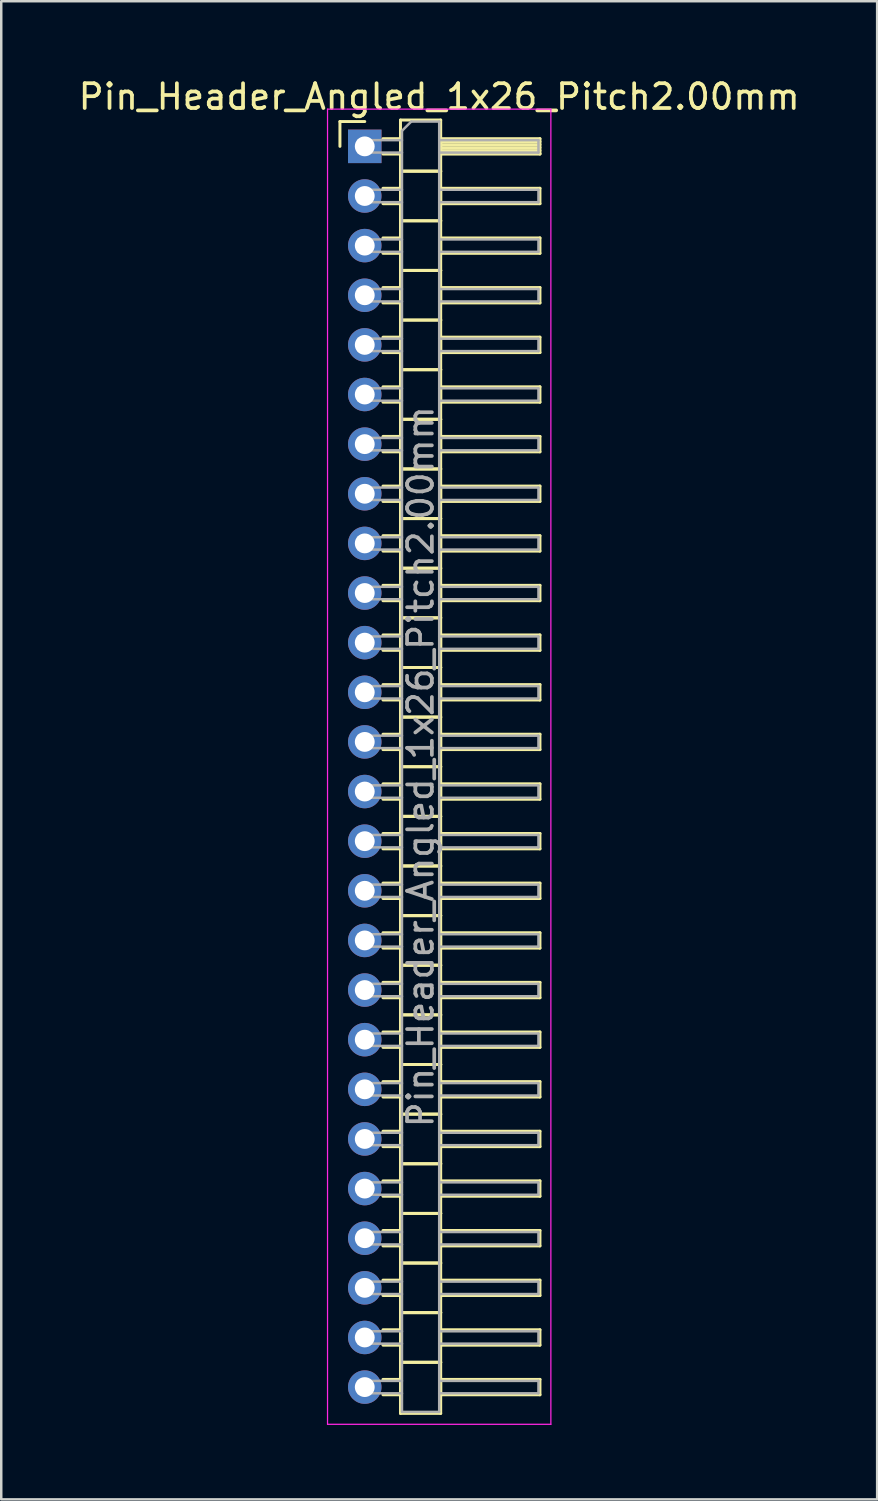
<source format=kicad_pcb>
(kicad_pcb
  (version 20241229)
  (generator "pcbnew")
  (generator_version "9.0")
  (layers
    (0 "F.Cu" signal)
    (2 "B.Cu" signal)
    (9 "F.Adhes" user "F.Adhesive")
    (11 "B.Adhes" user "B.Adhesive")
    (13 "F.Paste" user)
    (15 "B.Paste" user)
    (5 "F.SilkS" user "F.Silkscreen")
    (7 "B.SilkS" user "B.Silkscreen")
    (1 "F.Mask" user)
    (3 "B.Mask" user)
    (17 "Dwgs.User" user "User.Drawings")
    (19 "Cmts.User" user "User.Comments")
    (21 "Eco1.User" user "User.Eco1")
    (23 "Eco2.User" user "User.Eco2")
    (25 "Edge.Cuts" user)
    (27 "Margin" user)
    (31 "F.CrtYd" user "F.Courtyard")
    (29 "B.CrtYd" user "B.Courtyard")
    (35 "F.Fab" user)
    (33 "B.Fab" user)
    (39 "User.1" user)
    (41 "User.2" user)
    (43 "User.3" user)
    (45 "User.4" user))
  (footprint "Pin_Header_Angled_1x26_Pitch2.00mm"
    (layer "F.Cu")
    (at 11.649 2.848)
    (property "Reference" "Pin_Header_Angled_1x26_Pitch2.00mm" (at 3 -2 0) (layer "F.SilkS") (effects (font (size 1 1) (thickness 0.15))))
    (attr through_hole)
    (fp_line (start -1 -1) (end 0 -1) (stroke (width 0.12) (type solid)) (layer "F.SilkS"))
    (fp_line (start -1 0) (end -1 -1) (stroke (width 0.12) (type solid)) (layer "F.SilkS"))
    (fp_line (start 0.735 -0.31) (end 1.44 -0.31) (stroke (width 0.12) (type solid)) (layer "F.SilkS"))
    (fp_line (start 0.735 0.31) (end 1.44 0.31) (stroke (width 0.12) (type solid)) (layer "F.SilkS"))
    (fp_line (start 0.735 1.69) (end 1.44 1.69) (stroke (width 0.12) (type solid)) (layer "F.SilkS"))
    (fp_line (start 0.735 2.31) (end 1.44 2.31) (stroke (width 0.12) (type solid)) (layer "F.SilkS"))
    (fp_line (start 0.735 3.69) (end 1.44 3.69) (stroke (width 0.12) (type solid)) (layer "F.SilkS"))
    (fp_line (start 0.735 4.31) (end 1.44 4.31) (stroke (width 0.12) (type solid)) (layer "F.SilkS"))
    (fp_line (start 0.735 5.69) (end 1.44 5.69) (stroke (width 0.12) (type solid)) (layer "F.SilkS"))
    (fp_line (start 0.735 6.31) (end 1.44 6.31) (stroke (width 0.12) (type solid)) (layer "F.SilkS"))
    (fp_line (start 0.735 7.69) (end 1.44 7.69) (stroke (width 0.12) (type solid)) (layer "F.SilkS"))
    (fp_line (start 0.735 8.31) (end 1.44 8.31) (stroke (width 0.12) (type solid)) (layer "F.SilkS"))
    (fp_line (start 0.735 9.69) (end 1.44 9.69) (stroke (width 0.12) (type solid)) (layer "F.SilkS"))
    (fp_line (start 0.735 10.31) (end 1.44 10.31) (stroke (width 0.12) (type solid)) (layer "F.SilkS"))
    (fp_line (start 0.735 11.69) (end 1.44 11.69) (stroke (width 0.12) (type solid)) (layer "F.SilkS"))
    (fp_line (start 0.735 12.31) (end 1.44 12.31) (stroke (width 0.12) (type solid)) (layer "F.SilkS"))
    (fp_line (start 0.735 13.69) (end 1.44 13.69) (stroke (width 0.12) (type solid)) (layer "F.SilkS"))
    (fp_line (start 0.735 14.31) (end 1.44 14.31) (stroke (width 0.12) (type solid)) (layer "F.SilkS"))
    (fp_line (start 0.735 15.69) (end 1.44 15.69) (stroke (width 0.12) (type solid)) (layer "F.SilkS"))
    (fp_line (start 0.735 16.31) (end 1.44 16.31) (stroke (width 0.12) (type solid)) (layer "F.SilkS"))
    (fp_line (start 0.735 17.69) (end 1.44 17.69) (stroke (width 0.12) (type solid)) (layer "F.SilkS"))
    (fp_line (start 0.735 18.31) (end 1.44 18.31) (stroke (width 0.12) (type solid)) (layer "F.SilkS"))
    (fp_line (start 0.735 19.69) (end 1.44 19.69) (stroke (width 0.12) (type solid)) (layer "F.SilkS"))
    (fp_line (start 0.735 20.31) (end 1.44 20.31) (stroke (width 0.12) (type solid)) (layer "F.SilkS"))
    (fp_line (start 0.735 21.69) (end 1.44 21.69) (stroke (width 0.12) (type solid)) (layer "F.SilkS"))
    (fp_line (start 0.735 22.31) (end 1.44 22.31) (stroke (width 0.12) (type solid)) (layer "F.SilkS"))
    (fp_line (start 0.735 23.69) (end 1.44 23.69) (stroke (width 0.12) (type solid)) (layer "F.SilkS"))
    (fp_line (start 0.735 24.31) (end 1.44 24.31) (stroke (width 0.12) (type solid)) (layer "F.SilkS"))
    (fp_line (start 0.735 25.69) (end 1.44 25.69) (stroke (width 0.12) (type solid)) (layer "F.SilkS"))
    (fp_line (start 0.735 26.31) (end 1.44 26.31) (stroke (width 0.12) (type solid)) (layer "F.SilkS"))
    (fp_line (start 0.735 27.69) (end 1.44 27.69) (stroke (width 0.12) (type solid)) (layer "F.SilkS"))
    (fp_line (start 0.735 28.31) (end 1.44 28.31) (stroke (width 0.12) (type solid)) (layer "F.SilkS"))
    (fp_line (start 0.735 29.69) (end 1.44 29.69) (stroke (width 0.12) (type solid)) (layer "F.SilkS"))
    (fp_line (start 0.735 30.31) (end 1.44 30.31) (stroke (width 0.12) (type solid)) (layer "F.SilkS"))
    (fp_line (start 0.735 31.69) (end 1.44 31.69) (stroke (width 0.12) (type solid)) (layer "F.SilkS"))
    (fp_line (start 0.735 32.31) (end 1.44 32.31) (stroke (width 0.12) (type solid)) (layer "F.SilkS"))
    (fp_line (start 0.735 33.69) (end 1.44 33.69) (stroke (width 0.12) (type solid)) (layer "F.SilkS"))
    (fp_line (start 0.735 34.31) (end 1.44 34.31) (stroke (width 0.12) (type solid)) (layer "F.SilkS"))
    (fp_line (start 0.735 35.69) (end 1.44 35.69) (stroke (width 0.12) (type solid)) (layer "F.SilkS"))
    (fp_line (start 0.735 36.31) (end 1.44 36.31) (stroke (width 0.12) (type solid)) (layer "F.SilkS"))
    (fp_line (start 0.735 37.69) (end 1.44 37.69) (stroke (width 0.12) (type solid)) (layer "F.SilkS"))
    (fp_line (start 0.735 38.31) (end 1.44 38.31) (stroke (width 0.12) (type solid)) (layer "F.SilkS"))
    (fp_line (start 0.735 39.69) (end 1.44 39.69) (stroke (width 0.12) (type solid)) (layer "F.SilkS"))
    (fp_line (start 0.735 40.31) (end 1.44 40.31) (stroke (width 0.12) (type solid)) (layer "F.SilkS"))
    (fp_line (start 0.735 41.69) (end 1.44 41.69) (stroke (width 0.12) (type solid)) (layer "F.SilkS"))
    (fp_line (start 0.735 42.31) (end 1.44 42.31) (stroke (width 0.12) (type solid)) (layer "F.SilkS"))
    (fp_line (start 0.735 43.69) (end 1.44 43.69) (stroke (width 0.12) (type solid)) (layer "F.SilkS"))
    (fp_line (start 0.735 44.31) (end 1.44 44.31) (stroke (width 0.12) (type solid)) (layer "F.SilkS"))
    (fp_line (start 0.735 45.69) (end 1.44 45.69) (stroke (width 0.12) (type solid)) (layer "F.SilkS"))
    (fp_line (start 0.735 46.31) (end 1.44 46.31) (stroke (width 0.12) (type solid)) (layer "F.SilkS"))
    (fp_line (start 0.735 47.69) (end 1.44 47.69) (stroke (width 0.12) (type solid)) (layer "F.SilkS"))
    (fp_line (start 0.735 48.31) (end 1.44 48.31) (stroke (width 0.12) (type solid)) (layer "F.SilkS"))
    (fp_line (start 0.735 49.69) (end 1.44 49.69) (stroke (width 0.12) (type solid)) (layer "F.SilkS"))
    (fp_line (start 0.735 50.31) (end 1.44 50.31) (stroke (width 0.12) (type solid)) (layer "F.SilkS"))
    (fp_line (start 1.44 -1.06) (end 1.44 1) (stroke (width 0.12) (type solid)) (layer "F.SilkS"))
    (fp_line (start 1.44 1) (end 1.44 3) (stroke (width 0.12) (type solid)) (layer "F.SilkS"))
    (fp_line (start 1.44 1) (end 3.06 1) (stroke (width 0.12) (type solid)) (layer "F.SilkS"))
    (fp_line (start 1.44 3) (end 1.44 5) (stroke (width 0.12) (type solid)) (layer "F.SilkS"))
    (fp_line (start 1.44 3) (end 3.06 3) (stroke (width 0.12) (type solid)) (layer "F.SilkS"))
    (fp_line (start 1.44 5) (end 1.44 7) (stroke (width 0.12) (type solid)) (layer "F.SilkS"))
    (fp_line (start 1.44 5) (end 3.06 5) (stroke (width 0.12) (type solid)) (layer "F.SilkS"))
    (fp_line (start 1.44 7) (end 1.44 9) (stroke (width 0.12) (type solid)) (layer "F.SilkS"))
    (fp_line (start 1.44 7) (end 3.06 7) (stroke (width 0.12) (type solid)) (layer "F.SilkS"))
    (fp_line (start 1.44 9) (end 1.44 11) (stroke (width 0.12) (type solid)) (layer "F.SilkS"))
    (fp_line (start 1.44 9) (end 3.06 9) (stroke (width 0.12) (type solid)) (layer "F.SilkS"))
    (fp_line (start 1.44 11) (end 1.44 13) (stroke (width 0.12) (type solid)) (layer "F.SilkS"))
    (fp_line (start 1.44 11) (end 3.06 11) (stroke (width 0.12) (type solid)) (layer "F.SilkS"))
    (fp_line (start 1.44 13) (end 1.44 15) (stroke (width 0.12) (type solid)) (layer "F.SilkS"))
    (fp_line (start 1.44 13) (end 3.06 13) (stroke (width 0.12) (type solid)) (layer "F.SilkS"))
    (fp_line (start 1.44 15) (end 1.44 17) (stroke (width 0.12) (type solid)) (layer "F.SilkS"))
    (fp_line (start 1.44 15) (end 3.06 15) (stroke (width 0.12) (type solid)) (layer "F.SilkS"))
    (fp_line (start 1.44 17) (end 1.44 19) (stroke (width 0.12) (type solid)) (layer "F.SilkS"))
    (fp_line (start 1.44 17) (end 3.06 17) (stroke (width 0.12) (type solid)) (layer "F.SilkS"))
    (fp_line (start 1.44 19) (end 1.44 21) (stroke (width 0.12) (type solid)) (layer "F.SilkS"))
    (fp_line (start 1.44 19) (end 3.06 19) (stroke (width 0.12) (type solid)) (layer "F.SilkS"))
    (fp_line (start 1.44 21) (end 1.44 23) (stroke (width 0.12) (type solid)) (layer "F.SilkS"))
    (fp_line (start 1.44 21) (end 3.06 21) (stroke (width 0.12) (type solid)) (layer "F.SilkS"))
    (fp_line (start 1.44 23) (end 1.44 25) (stroke (width 0.12) (type solid)) (layer "F.SilkS"))
    (fp_line (start 1.44 23) (end 3.06 23) (stroke (width 0.12) (type solid)) (layer "F.SilkS"))
    (fp_line (start 1.44 25) (end 1.44 27) (stroke (width 0.12) (type solid)) (layer "F.SilkS"))
    (fp_line (start 1.44 25) (end 3.06 25) (stroke (width 0.12) (type solid)) (layer "F.SilkS"))
    (fp_line (start 1.44 27) (end 1.44 29) (stroke (width 0.12) (type solid)) (layer "F.SilkS"))
    (fp_line (start 1.44 27) (end 3.06 27) (stroke (width 0.12) (type solid)) (layer "F.SilkS"))
    (fp_line (start 1.44 29) (end 1.44 31) (stroke (width 0.12) (type solid)) (layer "F.SilkS"))
    (fp_line (start 1.44 29) (end 3.06 29) (stroke (width 0.12) (type solid)) (layer "F.SilkS"))
    (fp_line (start 1.44 31) (end 1.44 33) (stroke (width 0.12) (type solid)) (layer "F.SilkS"))
    (fp_line (start 1.44 31) (end 3.06 31) (stroke (width 0.12) (type solid)) (layer "F.SilkS"))
    (fp_line (start 1.44 33) (end 1.44 35) (stroke (width 0.12) (type solid)) (layer "F.SilkS"))
    (fp_line (start 1.44 33) (end 3.06 33) (stroke (width 0.12) (type solid)) (layer "F.SilkS"))
    (fp_line (start 1.44 35) (end 1.44 37) (stroke (width 0.12) (type solid)) (layer "F.SilkS"))
    (fp_line (start 1.44 35) (end 3.06 35) (stroke (width 0.12) (type solid)) (layer "F.SilkS"))
    (fp_line (start 1.44 37) (end 1.44 39) (stroke (width 0.12) (type solid)) (layer "F.SilkS"))
    (fp_line (start 1.44 37) (end 3.06 37) (stroke (width 0.12) (type solid)) (layer "F.SilkS"))
    (fp_line (start 1.44 39) (end 1.44 41) (stroke (width 0.12) (type solid)) (layer "F.SilkS"))
    (fp_line (start 1.44 39) (end 3.06 39) (stroke (width 0.12) (type solid)) (layer "F.SilkS"))
    (fp_line (start 1.44 41) (end 1.44 43) (stroke (width 0.12) (type solid)) (layer "F.SilkS"))
    (fp_line (start 1.44 41) (end 3.06 41) (stroke (width 0.12) (type solid)) (layer "F.SilkS"))
    (fp_line (start 1.44 43) (end 1.44 45) (stroke (width 0.12) (type solid)) (layer "F.SilkS"))
    (fp_line (start 1.44 43) (end 3.06 43) (stroke (width 0.12) (type solid)) (layer "F.SilkS"))
    (fp_line (start 1.44 45) (end 1.44 47) (stroke (width 0.12) (type solid)) (layer "F.SilkS"))
    (fp_line (start 1.44 45) (end 3.06 45) (stroke (width 0.12) (type solid)) (layer "F.SilkS"))
    (fp_line (start 1.44 47) (end 1.44 49) (stroke (width 0.12) (type solid)) (layer "F.SilkS"))
    (fp_line (start 1.44 47) (end 3.06 47) (stroke (width 0.12) (type solid)) (layer "F.SilkS"))
    (fp_line (start 1.44 49) (end 1.44 51.06) (stroke (width 0.12) (type solid)) (layer "F.SilkS"))
    (fp_line (start 1.44 49) (end 3.06 49) (stroke (width 0.12) (type solid)) (layer "F.SilkS"))
    (fp_line (start 1.44 51.06) (end 3.06 51.06) (stroke (width 0.12) (type solid)) (layer "F.SilkS"))
    (fp_line (start 3.06 -1.06) (end 1.44 -1.06) (stroke (width 0.12) (type solid)) (layer "F.SilkS"))
    (fp_line (start 3.06 -0.31) (end 3.06 0.31) (stroke (width 0.12) (type solid)) (layer "F.SilkS"))
    (fp_line (start 3.06 -0.19) (end 7.06 -0.19) (stroke (width 0.12) (type solid)) (layer "F.SilkS"))
    (fp_line (start 3.06 -0.07) (end 7.06 -0.07) (stroke (width 0.12) (type solid)) (layer "F.SilkS"))
    (fp_line (start 3.06 0.05) (end 7.06 0.05) (stroke (width 0.12) (type solid)) (layer "F.SilkS"))
    (fp_line (start 3.06 0.17) (end 7.06 0.17) (stroke (width 0.12) (type solid)) (layer "F.SilkS"))
    (fp_line (start 3.06 0.29) (end 7.06 0.29) (stroke (width 0.12) (type solid)) (layer "F.SilkS"))
    (fp_line (start 3.06 0.31) (end 7.06 0.31) (stroke (width 0.12) (type solid)) (layer "F.SilkS"))
    (fp_line (start 3.06 1) (end 1.44 1) (stroke (width 0.12) (type solid)) (layer "F.SilkS"))
    (fp_line (start 3.06 1) (end 3.06 -1.06) (stroke (width 0.12) (type solid)) (layer "F.SilkS"))
    (fp_line (start 3.06 1.69) (end 3.06 2.31) (stroke (width 0.12) (type solid)) (layer "F.SilkS"))
    (fp_line (start 3.06 2.31) (end 7.06 2.31) (stroke (width 0.12) (type solid)) (layer "F.SilkS"))
    (fp_line (start 3.06 3) (end 1.44 3) (stroke (width 0.12) (type solid)) (layer "F.SilkS"))
    (fp_line (start 3.06 3) (end 3.06 1) (stroke (width 0.12) (type solid)) (layer "F.SilkS"))
    (fp_line (start 3.06 3.69) (end 3.06 4.31) (stroke (width 0.12) (type solid)) (layer "F.SilkS"))
    (fp_line (start 3.06 4.31) (end 7.06 4.31) (stroke (width 0.12) (type solid)) (layer "F.SilkS"))
    (fp_line (start 3.06 5) (end 1.44 5) (stroke (width 0.12) (type solid)) (layer "F.SilkS"))
    (fp_line (start 3.06 5) (end 3.06 3) (stroke (width 0.12) (type solid)) (layer "F.SilkS"))
    (fp_line (start 3.06 5.69) (end 3.06 6.31) (stroke (width 0.12) (type solid)) (layer "F.SilkS"))
    (fp_line (start 3.06 6.31) (end 7.06 6.31) (stroke (width 0.12) (type solid)) (layer "F.SilkS"))
    (fp_line (start 3.06 7) (end 1.44 7) (stroke (width 0.12) (type solid)) (layer "F.SilkS"))
    (fp_line (start 3.06 7) (end 3.06 5) (stroke (width 0.12) (type solid)) (layer "F.SilkS"))
    (fp_line (start 3.06 7.69) (end 3.06 8.31) (stroke (width 0.12) (type solid)) (layer "F.SilkS"))
    (fp_line (start 3.06 8.31) (end 7.06 8.31) (stroke (width 0.12) (type solid)) (layer "F.SilkS"))
    (fp_line (start 3.06 9) (end 1.44 9) (stroke (width 0.12) (type solid)) (layer "F.SilkS"))
    (fp_line (start 3.06 9) (end 3.06 7) (stroke (width 0.12) (type solid)) (layer "F.SilkS"))
    (fp_line (start 3.06 9.69) (end 3.06 10.31) (stroke (width 0.12) (type solid)) (layer "F.SilkS"))
    (fp_line (start 3.06 10.31) (end 7.06 10.31) (stroke (width 0.12) (type solid)) (layer "F.SilkS"))
    (fp_line (start 3.06 11) (end 1.44 11) (stroke (width 0.12) (type solid)) (layer "F.SilkS"))
    (fp_line (start 3.06 11) (end 3.06 9) (stroke (width 0.12) (type solid)) (layer "F.SilkS"))
    (fp_line (start 3.06 11.69) (end 3.06 12.31) (stroke (width 0.12) (type solid)) (layer "F.SilkS"))
    (fp_line (start 3.06 12.31) (end 7.06 12.31) (stroke (width 0.12) (type solid)) (layer "F.SilkS"))
    (fp_line (start 3.06 13) (end 1.44 13) (stroke (width 0.12) (type solid)) (layer "F.SilkS"))
    (fp_line (start 3.06 13) (end 3.06 11) (stroke (width 0.12) (type solid)) (layer "F.SilkS"))
    (fp_line (start 3.06 13.69) (end 3.06 14.31) (stroke (width 0.12) (type solid)) (layer "F.SilkS"))
    (fp_line (start 3.06 14.31) (end 7.06 14.31) (stroke (width 0.12) (type solid)) (layer "F.SilkS"))
    (fp_line (start 3.06 15) (end 1.44 15) (stroke (width 0.12) (type solid)) (layer "F.SilkS"))
    (fp_line (start 3.06 15) (end 3.06 13) (stroke (width 0.12) (type solid)) (layer "F.SilkS"))
    (fp_line (start 3.06 15.69) (end 3.06 16.31) (stroke (width 0.12) (type solid)) (layer "F.SilkS"))
    (fp_line (start 3.06 16.31) (end 7.06 16.31) (stroke (width 0.12) (type solid)) (layer "F.SilkS"))
    (fp_line (start 3.06 17) (end 1.44 17) (stroke (width 0.12) (type solid)) (layer "F.SilkS"))
    (fp_line (start 3.06 17) (end 3.06 15) (stroke (width 0.12) (type solid)) (layer "F.SilkS"))
    (fp_line (start 3.06 17.69) (end 3.06 18.31) (stroke (width 0.12) (type solid)) (layer "F.SilkS"))
    (fp_line (start 3.06 18.31) (end 7.06 18.31) (stroke (width 0.12) (type solid)) (layer "F.SilkS"))
    (fp_line (start 3.06 19) (end 1.44 19) (stroke (width 0.12) (type solid)) (layer "F.SilkS"))
    (fp_line (start 3.06 19) (end 3.06 17) (stroke (width 0.12) (type solid)) (layer "F.SilkS"))
    (fp_line (start 3.06 19.69) (end 3.06 20.31) (stroke (width 0.12) (type solid)) (layer "F.SilkS"))
    (fp_line (start 3.06 20.31) (end 7.06 20.31) (stroke (width 0.12) (type solid)) (layer "F.SilkS"))
    (fp_line (start 3.06 21) (end 1.44 21) (stroke (width 0.12) (type solid)) (layer "F.SilkS"))
    (fp_line (start 3.06 21) (end 3.06 19) (stroke (width 0.12) (type solid)) (layer "F.SilkS"))
    (fp_line (start 3.06 21.69) (end 3.06 22.31) (stroke (width 0.12) (type solid)) (layer "F.SilkS"))
    (fp_line (start 3.06 22.31) (end 7.06 22.31) (stroke (width 0.12) (type solid)) (layer "F.SilkS"))
    (fp_line (start 3.06 23) (end 1.44 23) (stroke (width 0.12) (type solid)) (layer "F.SilkS"))
    (fp_line (start 3.06 23) (end 3.06 21) (stroke (width 0.12) (type solid)) (layer "F.SilkS"))
    (fp_line (start 3.06 23.69) (end 3.06 24.31) (stroke (width 0.12) (type solid)) (layer "F.SilkS"))
    (fp_line (start 3.06 24.31) (end 7.06 24.31) (stroke (width 0.12) (type solid)) (layer "F.SilkS"))
    (fp_line (start 3.06 25) (end 1.44 25) (stroke (width 0.12) (type solid)) (layer "F.SilkS"))
    (fp_line (start 3.06 25) (end 3.06 23) (stroke (width 0.12) (type solid)) (layer "F.SilkS"))
    (fp_line (start 3.06 25.69) (end 3.06 26.31) (stroke (width 0.12) (type solid)) (layer "F.SilkS"))
    (fp_line (start 3.06 26.31) (end 7.06 26.31) (stroke (width 0.12) (type solid)) (layer "F.SilkS"))
    (fp_line (start 3.06 27) (end 1.44 27) (stroke (width 0.12) (type solid)) (layer "F.SilkS"))
    (fp_line (start 3.06 27) (end 3.06 25) (stroke (width 0.12) (type solid)) (layer "F.SilkS"))
    (fp_line (start 3.06 27.69) (end 3.06 28.31) (stroke (width 0.12) (type solid)) (layer "F.SilkS"))
    (fp_line (start 3.06 28.31) (end 7.06 28.31) (stroke (width 0.12) (type solid)) (layer "F.SilkS"))
    (fp_line (start 3.06 29) (end 1.44 29) (stroke (width 0.12) (type solid)) (layer "F.SilkS"))
    (fp_line (start 3.06 29) (end 3.06 27) (stroke (width 0.12) (type solid)) (layer "F.SilkS"))
    (fp_line (start 3.06 29.69) (end 3.06 30.31) (stroke (width 0.12) (type solid)) (layer "F.SilkS"))
    (fp_line (start 3.06 30.31) (end 7.06 30.31) (stroke (width 0.12) (type solid)) (layer "F.SilkS"))
    (fp_line (start 3.06 31) (end 1.44 31) (stroke (width 0.12) (type solid)) (layer "F.SilkS"))
    (fp_line (start 3.06 31) (end 3.06 29) (stroke (width 0.12) (type solid)) (layer "F.SilkS"))
    (fp_line (start 3.06 31.69) (end 3.06 32.31) (stroke (width 0.12) (type solid)) (layer "F.SilkS"))
    (fp_line (start 3.06 32.31) (end 7.06 32.31) (stroke (width 0.12) (type solid)) (layer "F.SilkS"))
    (fp_line (start 3.06 33) (end 1.44 33) (stroke (width 0.12) (type solid)) (layer "F.SilkS"))
    (fp_line (start 3.06 33) (end 3.06 31) (stroke (width 0.12) (type solid)) (layer "F.SilkS"))
    (fp_line (start 3.06 33.69) (end 3.06 34.31) (stroke (width 0.12) (type solid)) (layer "F.SilkS"))
    (fp_line (start 3.06 34.31) (end 7.06 34.31) (stroke (width 0.12) (type solid)) (layer "F.SilkS"))
    (fp_line (start 3.06 35) (end 1.44 35) (stroke (width 0.12) (type solid)) (layer "F.SilkS"))
    (fp_line (start 3.06 35) (end 3.06 33) (stroke (width 0.12) (type solid)) (layer "F.SilkS"))
    (fp_line (start 3.06 35.69) (end 3.06 36.31) (stroke (width 0.12) (type solid)) (layer "F.SilkS"))
    (fp_line (start 3.06 36.31) (end 7.06 36.31) (stroke (width 0.12) (type solid)) (layer "F.SilkS"))
    (fp_line (start 3.06 37) (end 1.44 37) (stroke (width 0.12) (type solid)) (layer "F.SilkS"))
    (fp_line (start 3.06 37) (end 3.06 35) (stroke (width 0.12) (type solid)) (layer "F.SilkS"))
    (fp_line (start 3.06 37.69) (end 3.06 38.31) (stroke (width 0.12) (type solid)) (layer "F.SilkS"))
    (fp_line (start 3.06 38.31) (end 7.06 38.31) (stroke (width 0.12) (type solid)) (layer "F.SilkS"))
    (fp_line (start 3.06 39) (end 1.44 39) (stroke (width 0.12) (type solid)) (layer "F.SilkS"))
    (fp_line (start 3.06 39) (end 3.06 37) (stroke (width 0.12) (type solid)) (layer "F.SilkS"))
    (fp_line (start 3.06 39.69) (end 3.06 40.31) (stroke (width 0.12) (type solid)) (layer "F.SilkS"))
    (fp_line (start 3.06 40.31) (end 7.06 40.31) (stroke (width 0.12) (type solid)) (layer "F.SilkS"))
    (fp_line (start 3.06 41) (end 1.44 41) (stroke (width 0.12) (type solid)) (layer "F.SilkS"))
    (fp_line (start 3.06 41) (end 3.06 39) (stroke (width 0.12) (type solid)) (layer "F.SilkS"))
    (fp_line (start 3.06 41.69) (end 3.06 42.31) (stroke (width 0.12) (type solid)) (layer "F.SilkS"))
    (fp_line (start 3.06 42.31) (end 7.06 42.31) (stroke (width 0.12) (type solid)) (layer "F.SilkS"))
    (fp_line (start 3.06 43) (end 1.44 43) (stroke (width 0.12) (type solid)) (layer "F.SilkS"))
    (fp_line (start 3.06 43) (end 3.06 41) (stroke (width 0.12) (type solid)) (layer "F.SilkS"))
    (fp_line (start 3.06 43.69) (end 3.06 44.31) (stroke (width 0.12) (type solid)) (layer "F.SilkS"))
    (fp_line (start 3.06 44.31) (end 7.06 44.31) (stroke (width 0.12) (type solid)) (layer "F.SilkS"))
    (fp_line (start 3.06 45) (end 1.44 45) (stroke (width 0.12) (type solid)) (layer "F.SilkS"))
    (fp_line (start 3.06 45) (end 3.06 43) (stroke (width 0.12) (type solid)) (layer "F.SilkS"))
    (fp_line (start 3.06 45.69) (end 3.06 46.31) (stroke (width 0.12) (type solid)) (layer "F.SilkS"))
    (fp_line (start 3.06 46.31) (end 7.06 46.31) (stroke (width 0.12) (type solid)) (layer "F.SilkS"))
    (fp_line (start 3.06 47) (end 1.44 47) (stroke (width 0.12) (type solid)) (layer "F.SilkS"))
    (fp_line (start 3.06 47) (end 3.06 45) (stroke (width 0.12) (type solid)) (layer "F.SilkS"))
    (fp_line (start 3.06 47.69) (end 3.06 48.31) (stroke (width 0.12) (type solid)) (layer "F.SilkS"))
    (fp_line (start 3.06 48.31) (end 7.06 48.31) (stroke (width 0.12) (type solid)) (layer "F.SilkS"))
    (fp_line (start 3.06 49) (end 1.44 49) (stroke (width 0.12) (type solid)) (layer "F.SilkS"))
    (fp_line (start 3.06 49) (end 3.06 47) (stroke (width 0.12) (type solid)) (layer "F.SilkS"))
    (fp_line (start 3.06 49.69) (end 3.06 50.31) (stroke (width 0.12) (type solid)) (layer "F.SilkS"))
    (fp_line (start 3.06 50.31) (end 7.06 50.31) (stroke (width 0.12) (type solid)) (layer "F.SilkS"))
    (fp_line (start 3.06 51.06) (end 3.06 49) (stroke (width 0.12) (type solid)) (layer "F.SilkS"))
    (fp_line (start 7.06 -0.31) (end 3.06 -0.31) (stroke (width 0.12) (type solid)) (layer "F.SilkS"))
    (fp_line (start 7.06 0.31) (end 7.06 -0.31) (stroke (width 0.12) (type solid)) (layer "F.SilkS"))
    (fp_line (start 7.06 1.69) (end 3.06 1.69) (stroke (width 0.12) (type solid)) (layer "F.SilkS"))
    (fp_line (start 7.06 2.31) (end 7.06 1.69) (stroke (width 0.12) (type solid)) (layer "F.SilkS"))
    (fp_line (start 7.06 3.69) (end 3.06 3.69) (stroke (width 0.12) (type solid)) (layer "F.SilkS"))
    (fp_line (start 7.06 4.31) (end 7.06 3.69) (stroke (width 0.12) (type solid)) (layer "F.SilkS"))
    (fp_line (start 7.06 5.69) (end 3.06 5.69) (stroke (width 0.12) (type solid)) (layer "F.SilkS"))
    (fp_line (start 7.06 6.31) (end 7.06 5.69) (stroke (width 0.12) (type solid)) (layer "F.SilkS"))
    (fp_line (start 7.06 7.69) (end 3.06 7.69) (stroke (width 0.12) (type solid)) (layer "F.SilkS"))
    (fp_line (start 7.06 8.31) (end 7.06 7.69) (stroke (width 0.12) (type solid)) (layer "F.SilkS"))
    (fp_line (start 7.06 9.69) (end 3.06 9.69) (stroke (width 0.12) (type solid)) (layer "F.SilkS"))
    (fp_line (start 7.06 10.31) (end 7.06 9.69) (stroke (width 0.12) (type solid)) (layer "F.SilkS"))
    (fp_line (start 7.06 11.69) (end 3.06 11.69) (stroke (width 0.12) (type solid)) (layer "F.SilkS"))
    (fp_line (start 7.06 12.31) (end 7.06 11.69) (stroke (width 0.12) (type solid)) (layer "F.SilkS"))
    (fp_line (start 7.06 13.69) (end 3.06 13.69) (stroke (width 0.12) (type solid)) (layer "F.SilkS"))
    (fp_line (start 7.06 14.31) (end 7.06 13.69) (stroke (width 0.12) (type solid)) (layer "F.SilkS"))
    (fp_line (start 7.06 15.69) (end 3.06 15.69) (stroke (width 0.12) (type solid)) (layer "F.SilkS"))
    (fp_line (start 7.06 16.31) (end 7.06 15.69) (stroke (width 0.12) (type solid)) (layer "F.SilkS"))
    (fp_line (start 7.06 17.69) (end 3.06 17.69) (stroke (width 0.12) (type solid)) (layer "F.SilkS"))
    (fp_line (start 7.06 18.31) (end 7.06 17.69) (stroke (width 0.12) (type solid)) (layer "F.SilkS"))
    (fp_line (start 7.06 19.69) (end 3.06 19.69) (stroke (width 0.12) (type solid)) (layer "F.SilkS"))
    (fp_line (start 7.06 20.31) (end 7.06 19.69) (stroke (width 0.12) (type solid)) (layer "F.SilkS"))
    (fp_line (start 7.06 21.69) (end 3.06 21.69) (stroke (width 0.12) (type solid)) (layer "F.SilkS"))
    (fp_line (start 7.06 22.31) (end 7.06 21.69) (stroke (width 0.12) (type solid)) (layer "F.SilkS"))
    (fp_line (start 7.06 23.69) (end 3.06 23.69) (stroke (width 0.12) (type solid)) (layer "F.SilkS"))
    (fp_line (start 7.06 24.31) (end 7.06 23.69) (stroke (width 0.12) (type solid)) (layer "F.SilkS"))
    (fp_line (start 7.06 25.69) (end 3.06 25.69) (stroke (width 0.12) (type solid)) (layer "F.SilkS"))
    (fp_line (start 7.06 26.31) (end 7.06 25.69) (stroke (width 0.12) (type solid)) (layer "F.SilkS"))
    (fp_line (start 7.06 27.69) (end 3.06 27.69) (stroke (width 0.12) (type solid)) (layer "F.SilkS"))
    (fp_line (start 7.06 28.31) (end 7.06 27.69) (stroke (width 0.12) (type solid)) (layer "F.SilkS"))
    (fp_line (start 7.06 29.69) (end 3.06 29.69) (stroke (width 0.12) (type solid)) (layer "F.SilkS"))
    (fp_line (start 7.06 30.31) (end 7.06 29.69) (stroke (width 0.12) (type solid)) (layer "F.SilkS"))
    (fp_line (start 7.06 31.69) (end 3.06 31.69) (stroke (width 0.12) (type solid)) (layer "F.SilkS"))
    (fp_line (start 7.06 32.31) (end 7.06 31.69) (stroke (width 0.12) (type solid)) (layer "F.SilkS"))
    (fp_line (start 7.06 33.69) (end 3.06 33.69) (stroke (width 0.12) (type solid)) (layer "F.SilkS"))
    (fp_line (start 7.06 34.31) (end 7.06 33.69) (stroke (width 0.12) (type solid)) (layer "F.SilkS"))
    (fp_line (start 7.06 35.69) (end 3.06 35.69) (stroke (width 0.12) (type solid)) (layer "F.SilkS"))
    (fp_line (start 7.06 36.31) (end 7.06 35.69) (stroke (width 0.12) (type solid)) (layer "F.SilkS"))
    (fp_line (start 7.06 37.69) (end 3.06 37.69) (stroke (width 0.12) (type solid)) (layer "F.SilkS"))
    (fp_line (start 7.06 38.31) (end 7.06 37.69) (stroke (width 0.12) (type solid)) (layer "F.SilkS"))
    (fp_line (start 7.06 39.69) (end 3.06 39.69) (stroke (width 0.12) (type solid)) (layer "F.SilkS"))
    (fp_line (start 7.06 40.31) (end 7.06 39.69) (stroke (width 0.12) (type solid)) (layer "F.SilkS"))
    (fp_line (start 7.06 41.69) (end 3.06 41.69) (stroke (width 0.12) (type solid)) (layer "F.SilkS"))
    (fp_line (start 7.06 42.31) (end 7.06 41.69) (stroke (width 0.12) (type solid)) (layer "F.SilkS"))
    (fp_line (start 7.06 43.69) (end 3.06 43.69) (stroke (width 0.12) (type solid)) (layer "F.SilkS"))
    (fp_line (start 7.06 44.31) (end 7.06 43.69) (stroke (width 0.12) (type solid)) (layer "F.SilkS"))
    (fp_line (start 7.06 45.69) (end 3.06 45.69) (stroke (width 0.12) (type solid)) (layer "F.SilkS"))
    (fp_line (start 7.06 46.31) (end 7.06 45.69) (stroke (width 0.12) (type solid)) (layer "F.SilkS"))
    (fp_line (start 7.06 47.69) (end 3.06 47.69) (stroke (width 0.12) (type solid)) (layer "F.SilkS"))
    (fp_line (start 7.06 48.31) (end 7.06 47.69) (stroke (width 0.12) (type solid)) (layer "F.SilkS"))
    (fp_line (start 7.06 49.69) (end 3.06 49.69) (stroke (width 0.12) (type solid)) (layer "F.SilkS"))
    (fp_line (start 7.06 50.31) (end 7.06 49.69) (stroke (width 0.12) (type solid)) (layer "F.SilkS"))
    (fp_line (start -1.5 -1.5) (end -1.5 51.5) (stroke (width 0.05) (type solid)) (layer "F.CrtYd"))
    (fp_line (start -1.5 51.5) (end 7.5 51.5) (stroke (width 0.05) (type solid)) (layer "F.CrtYd"))
    (fp_line (start 7.5 -1.5) (end -1.5 -1.5) (stroke (width 0.05) (type solid)) (layer "F.CrtYd"))
    (fp_line (start 7.5 51.5) (end 7.5 -1.5) (stroke (width 0.05) (type solid)) (layer "F.CrtYd"))
    (fp_line (start -0.25 -0.25) (end -0.25 0.25) (stroke (width 0.1) (type solid)) (layer "F.Fab"))
    (fp_line (start -0.25 -0.25) (end 1.5 -0.25) (stroke (width 0.1) (type solid)) (layer "F.Fab"))
    (fp_line (start -0.25 0.25) (end 1.5 0.25) (stroke (width 0.1) (type solid)) (layer "F.Fab"))
    (fp_line (start -0.25 1.75) (end -0.25 2.25) (stroke (width 0.1) (type solid)) (layer "F.Fab"))
    (fp_line (start -0.25 1.75) (end 1.5 1.75) (stroke (width 0.1) (type solid)) (layer "F.Fab"))
    (fp_line (start -0.25 2.25) (end 1.5 2.25) (stroke (width 0.1) (type solid)) (layer "F.Fab"))
    (fp_line (start -0.25 3.75) (end -0.25 4.25) (stroke (width 0.1) (type solid)) (layer "F.Fab"))
    (fp_line (start -0.25 3.75) (end 1.5 3.75) (stroke (width 0.1) (type solid)) (layer "F.Fab"))
    (fp_line (start -0.25 4.25) (end 1.5 4.25) (stroke (width 0.1) (type solid)) (layer "F.Fab"))
    (fp_line (start -0.25 5.75) (end -0.25 6.25) (stroke (width 0.1) (type solid)) (layer "F.Fab"))
    (fp_line (start -0.25 5.75) (end 1.5 5.75) (stroke (width 0.1) (type solid)) (layer "F.Fab"))
    (fp_line (start -0.25 6.25) (end 1.5 6.25) (stroke (width 0.1) (type solid)) (layer "F.Fab"))
    (fp_line (start -0.25 7.75) (end -0.25 8.25) (stroke (width 0.1) (type solid)) (layer "F.Fab"))
    (fp_line (start -0.25 7.75) (end 1.5 7.75) (stroke (width 0.1) (type solid)) (layer "F.Fab"))
    (fp_line (start -0.25 8.25) (end 1.5 8.25) (stroke (width 0.1) (type solid)) (layer "F.Fab"))
    (fp_line (start -0.25 9.75) (end -0.25 10.25) (stroke (width 0.1) (type solid)) (layer "F.Fab"))
    (fp_line (start -0.25 9.75) (end 1.5 9.75) (stroke (width 0.1) (type solid)) (layer "F.Fab"))
    (fp_line (start -0.25 10.25) (end 1.5 10.25) (stroke (width 0.1) (type solid)) (layer "F.Fab"))
    (fp_line (start -0.25 11.75) (end -0.25 12.25) (stroke (width 0.1) (type solid)) (layer "F.Fab"))
    (fp_line (start -0.25 11.75) (end 1.5 11.75) (stroke (width 0.1) (type solid)) (layer "F.Fab"))
    (fp_line (start -0.25 12.25) (end 1.5 12.25) (stroke (width 0.1) (type solid)) (layer "F.Fab"))
    (fp_line (start -0.25 13.75) (end -0.25 14.25) (stroke (width 0.1) (type solid)) (layer "F.Fab"))
    (fp_line (start -0.25 13.75) (end 1.5 13.75) (stroke (width 0.1) (type solid)) (layer "F.Fab"))
    (fp_line (start -0.25 14.25) (end 1.5 14.25) (stroke (width 0.1) (type solid)) (layer "F.Fab"))
    (fp_line (start -0.25 15.75) (end -0.25 16.25) (stroke (width 0.1) (type solid)) (layer "F.Fab"))
    (fp_line (start -0.25 15.75) (end 1.5 15.75) (stroke (width 0.1) (type solid)) (layer "F.Fab"))
    (fp_line (start -0.25 16.25) (end 1.5 16.25) (stroke (width 0.1) (type solid)) (layer "F.Fab"))
    (fp_line (start -0.25 17.75) (end -0.25 18.25) (stroke (width 0.1) (type solid)) (layer "F.Fab"))
    (fp_line (start -0.25 17.75) (end 1.5 17.75) (stroke (width 0.1) (type solid)) (layer "F.Fab"))
    (fp_line (start -0.25 18.25) (end 1.5 18.25) (stroke (width 0.1) (type solid)) (layer "F.Fab"))
    (fp_line (start -0.25 19.75) (end -0.25 20.25) (stroke (width 0.1) (type solid)) (layer "F.Fab"))
    (fp_line (start -0.25 19.75) (end 1.5 19.75) (stroke (width 0.1) (type solid)) (layer "F.Fab"))
    (fp_line (start -0.25 20.25) (end 1.5 20.25) (stroke (width 0.1) (type solid)) (layer "F.Fab"))
    (fp_line (start -0.25 21.75) (end -0.25 22.25) (stroke (width 0.1) (type solid)) (layer "F.Fab"))
    (fp_line (start -0.25 21.75) (end 1.5 21.75) (stroke (width 0.1) (type solid)) (layer "F.Fab"))
    (fp_line (start -0.25 22.25) (end 1.5 22.25) (stroke (width 0.1) (type solid)) (layer "F.Fab"))
    (fp_line (start -0.25 23.75) (end -0.25 24.25) (stroke (width 0.1) (type solid)) (layer "F.Fab"))
    (fp_line (start -0.25 23.75) (end 1.5 23.75) (stroke (width 0.1) (type solid)) (layer "F.Fab"))
    (fp_line (start -0.25 24.25) (end 1.5 24.25) (stroke (width 0.1) (type solid)) (layer "F.Fab"))
    (fp_line (start -0.25 25.75) (end -0.25 26.25) (stroke (width 0.1) (type solid)) (layer "F.Fab"))
    (fp_line (start -0.25 25.75) (end 1.5 25.75) (stroke (width 0.1) (type solid)) (layer "F.Fab"))
    (fp_line (start -0.25 26.25) (end 1.5 26.25) (stroke (width 0.1) (type solid)) (layer "F.Fab"))
    (fp_line (start -0.25 27.75) (end -0.25 28.25) (stroke (width 0.1) (type solid)) (layer "F.Fab"))
    (fp_line (start -0.25 27.75) (end 1.5 27.75) (stroke (width 0.1) (type solid)) (layer "F.Fab"))
    (fp_line (start -0.25 28.25) (end 1.5 28.25) (stroke (width 0.1) (type solid)) (layer "F.Fab"))
    (fp_line (start -0.25 29.75) (end -0.25 30.25) (stroke (width 0.1) (type solid)) (layer "F.Fab"))
    (fp_line (start -0.25 29.75) (end 1.5 29.75) (stroke (width 0.1) (type solid)) (layer "F.Fab"))
    (fp_line (start -0.25 30.25) (end 1.5 30.25) (stroke (width 0.1) (type solid)) (layer "F.Fab"))
    (fp_line (start -0.25 31.75) (end -0.25 32.25) (stroke (width 0.1) (type solid)) (layer "F.Fab"))
    (fp_line (start -0.25 31.75) (end 1.5 31.75) (stroke (width 0.1) (type solid)) (layer "F.Fab"))
    (fp_line (start -0.25 32.25) (end 1.5 32.25) (stroke (width 0.1) (type solid)) (layer "F.Fab"))
    (fp_line (start -0.25 33.75) (end -0.25 34.25) (stroke (width 0.1) (type solid)) (layer "F.Fab"))
    (fp_line (start -0.25 33.75) (end 1.5 33.75) (stroke (width 0.1) (type solid)) (layer "F.Fab"))
    (fp_line (start -0.25 34.25) (end 1.5 34.25) (stroke (width 0.1) (type solid)) (layer "F.Fab"))
    (fp_line (start -0.25 35.75) (end -0.25 36.25) (stroke (width 0.1) (type solid)) (layer "F.Fab"))
    (fp_line (start -0.25 35.75) (end 1.5 35.75) (stroke (width 0.1) (type solid)) (layer "F.Fab"))
    (fp_line (start -0.25 36.25) (end 1.5 36.25) (stroke (width 0.1) (type solid)) (layer "F.Fab"))
    (fp_line (start -0.25 37.75) (end -0.25 38.25) (stroke (width 0.1) (type solid)) (layer "F.Fab"))
    (fp_line (start -0.25 37.75) (end 1.5 37.75) (stroke (width 0.1) (type solid)) (layer "F.Fab"))
    (fp_line (start -0.25 38.25) (end 1.5 38.25) (stroke (width 0.1) (type solid)) (layer "F.Fab"))
    (fp_line (start -0.25 39.75) (end -0.25 40.25) (stroke (width 0.1) (type solid)) (layer "F.Fab"))
    (fp_line (start -0.25 39.75) (end 1.5 39.75) (stroke (width 0.1) (type solid)) (layer "F.Fab"))
    (fp_line (start -0.25 40.25) (end 1.5 40.25) (stroke (width 0.1) (type solid)) (layer "F.Fab"))
    (fp_line (start -0.25 41.75) (end -0.25 42.25) (stroke (width 0.1) (type solid)) (layer "F.Fab"))
    (fp_line (start -0.25 41.75) (end 1.5 41.75) (stroke (width 0.1) (type solid)) (layer "F.Fab"))
    (fp_line (start -0.25 42.25) (end 1.5 42.25) (stroke (width 0.1) (type solid)) (layer "F.Fab"))
    (fp_line (start -0.25 43.75) (end -0.25 44.25) (stroke (width 0.1) (type solid)) (layer "F.Fab"))
    (fp_line (start -0.25 43.75) (end 1.5 43.75) (stroke (width 0.1) (type solid)) (layer "F.Fab"))
    (fp_line (start -0.25 44.25) (end 1.5 44.25) (stroke (width 0.1) (type solid)) (layer "F.Fab"))
    (fp_line (start -0.25 45.75) (end -0.25 46.25) (stroke (width 0.1) (type solid)) (layer "F.Fab"))
    (fp_line (start -0.25 45.75) (end 1.5 45.75) (stroke (width 0.1) (type solid)) (layer "F.Fab"))
    (fp_line (start -0.25 46.25) (end 1.5 46.25) (stroke (width 0.1) (type solid)) (layer "F.Fab"))
    (fp_line (start -0.25 47.75) (end -0.25 48.25) (stroke (width 0.1) (type solid)) (layer "F.Fab"))
    (fp_line (start -0.25 47.75) (end 1.5 47.75) (stroke (width 0.1) (type solid)) (layer "F.Fab"))
    (fp_line (start -0.25 48.25) (end 1.5 48.25) (stroke (width 0.1) (type solid)) (layer "F.Fab"))
    (fp_line (start -0.25 49.75) (end -0.25 50.25) (stroke (width 0.1) (type solid)) (layer "F.Fab"))
    (fp_line (start -0.25 49.75) (end 1.5 49.75) (stroke (width 0.1) (type solid)) (layer "F.Fab"))
    (fp_line (start -0.25 50.25) (end 1.5 50.25) (stroke (width 0.1) (type solid)) (layer "F.Fab"))
    (fp_line (start 1.5 -0.625) (end 1.875 -1) (stroke (width 0.1) (type solid)) (layer "F.Fab"))
    (fp_line (start 1.5 51) (end 1.5 -0.625) (stroke (width 0.1) (type solid)) (layer "F.Fab"))
    (fp_line (start 1.875 -1) (end 3 -1) (stroke (width 0.1) (type solid)) (layer "F.Fab"))
    (fp_line (start 3 -1) (end 3 51) (stroke (width 0.1) (type solid)) (layer "F.Fab"))
    (fp_line (start 3 -0.25) (end 7 -0.25) (stroke (width 0.1) (type solid)) (layer "F.Fab"))
    (fp_line (start 3 0.25) (end 7 0.25) (stroke (width 0.1) (type solid)) (layer "F.Fab"))
    (fp_line (start 3 1.75) (end 7 1.75) (stroke (width 0.1) (type solid)) (layer "F.Fab"))
    (fp_line (start 3 2.25) (end 7 2.25) (stroke (width 0.1) (type solid)) (layer "F.Fab"))
    (fp_line (start 3 3.75) (end 7 3.75) (stroke (width 0.1) (type solid)) (layer "F.Fab"))
    (fp_line (start 3 4.25) (end 7 4.25) (stroke (width 0.1) (type solid)) (layer "F.Fab"))
    (fp_line (start 3 5.75) (end 7 5.75) (stroke (width 0.1) (type solid)) (layer "F.Fab"))
    (fp_line (start 3 6.25) (end 7 6.25) (stroke (width 0.1) (type solid)) (layer "F.Fab"))
    (fp_line (start 3 7.75) (end 7 7.75) (stroke (width 0.1) (type solid)) (layer "F.Fab"))
    (fp_line (start 3 8.25) (end 7 8.25) (stroke (width 0.1) (type solid)) (layer "F.Fab"))
    (fp_line (start 3 9.75) (end 7 9.75) (stroke (width 0.1) (type solid)) (layer "F.Fab"))
    (fp_line (start 3 10.25) (end 7 10.25) (stroke (width 0.1) (type solid)) (layer "F.Fab"))
    (fp_line (start 3 11.75) (end 7 11.75) (stroke (width 0.1) (type solid)) (layer "F.Fab"))
    (fp_line (start 3 12.25) (end 7 12.25) (stroke (width 0.1) (type solid)) (layer "F.Fab"))
    (fp_line (start 3 13.75) (end 7 13.75) (stroke (width 0.1) (type solid)) (layer "F.Fab"))
    (fp_line (start 3 14.25) (end 7 14.25) (stroke (width 0.1) (type solid)) (layer "F.Fab"))
    (fp_line (start 3 15.75) (end 7 15.75) (stroke (width 0.1) (type solid)) (layer "F.Fab"))
    (fp_line (start 3 16.25) (end 7 16.25) (stroke (width 0.1) (type solid)) (layer "F.Fab"))
    (fp_line (start 3 17.75) (end 7 17.75) (stroke (width 0.1) (type solid)) (layer "F.Fab"))
    (fp_line (start 3 18.25) (end 7 18.25) (stroke (width 0.1) (type solid)) (layer "F.Fab"))
    (fp_line (start 3 19.75) (end 7 19.75) (stroke (width 0.1) (type solid)) (layer "F.Fab"))
    (fp_line (start 3 20.25) (end 7 20.25) (stroke (width 0.1) (type solid)) (layer "F.Fab"))
    (fp_line (start 3 21.75) (end 7 21.75) (stroke (width 0.1) (type solid)) (layer "F.Fab"))
    (fp_line (start 3 22.25) (end 7 22.25) (stroke (width 0.1) (type solid)) (layer "F.Fab"))
    (fp_line (start 3 23.75) (end 7 23.75) (stroke (width 0.1) (type solid)) (layer "F.Fab"))
    (fp_line (start 3 24.25) (end 7 24.25) (stroke (width 0.1) (type solid)) (layer "F.Fab"))
    (fp_line (start 3 25.75) (end 7 25.75) (stroke (width 0.1) (type solid)) (layer "F.Fab"))
    (fp_line (start 3 26.25) (end 7 26.25) (stroke (width 0.1) (type solid)) (layer "F.Fab"))
    (fp_line (start 3 27.75) (end 7 27.75) (stroke (width 0.1) (type solid)) (layer "F.Fab"))
    (fp_line (start 3 28.25) (end 7 28.25) (stroke (width 0.1) (type solid)) (layer "F.Fab"))
    (fp_line (start 3 29.75) (end 7 29.75) (stroke (width 0.1) (type solid)) (layer "F.Fab"))
    (fp_line (start 3 30.25) (end 7 30.25) (stroke (width 0.1) (type solid)) (layer "F.Fab"))
    (fp_line (start 3 31.75) (end 7 31.75) (stroke (width 0.1) (type solid)) (layer "F.Fab"))
    (fp_line (start 3 32.25) (end 7 32.25) (stroke (width 0.1) (type solid)) (layer "F.Fab"))
    (fp_line (start 3 33.75) (end 7 33.75) (stroke (width 0.1) (type solid)) (layer "F.Fab"))
    (fp_line (start 3 34.25) (end 7 34.25) (stroke (width 0.1) (type solid)) (layer "F.Fab"))
    (fp_line (start 3 35.75) (end 7 35.75) (stroke (width 0.1) (type solid)) (layer "F.Fab"))
    (fp_line (start 3 36.25) (end 7 36.25) (stroke (width 0.1) (type solid)) (layer "F.Fab"))
    (fp_line (start 3 37.75) (end 7 37.75) (stroke (width 0.1) (type solid)) (layer "F.Fab"))
    (fp_line (start 3 38.25) (end 7 38.25) (stroke (width 0.1) (type solid)) (layer "F.Fab"))
    (fp_line (start 3 39.75) (end 7 39.75) (stroke (width 0.1) (type solid)) (layer "F.Fab"))
    (fp_line (start 3 40.25) (end 7 40.25) (stroke (width 0.1) (type solid)) (layer "F.Fab"))
    (fp_line (start 3 41.75) (end 7 41.75) (stroke (width 0.1) (type solid)) (layer "F.Fab"))
    (fp_line (start 3 42.25) (end 7 42.25) (stroke (width 0.1) (type solid)) (layer "F.Fab"))
    (fp_line (start 3 43.75) (end 7 43.75) (stroke (width 0.1) (type solid)) (layer "F.Fab"))
    (fp_line (start 3 44.25) (end 7 44.25) (stroke (width 0.1) (type solid)) (layer "F.Fab"))
    (fp_line (start 3 45.75) (end 7 45.75) (stroke (width 0.1) (type solid)) (layer "F.Fab"))
    (fp_line (start 3 46.25) (end 7 46.25) (stroke (width 0.1) (type solid)) (layer "F.Fab"))
    (fp_line (start 3 47.75) (end 7 47.75) (stroke (width 0.1) (type solid)) (layer "F.Fab"))
    (fp_line (start 3 48.25) (end 7 48.25) (stroke (width 0.1) (type solid)) (layer "F.Fab"))
    (fp_line (start 3 49.75) (end 7 49.75) (stroke (width 0.1) (type solid)) (layer "F.Fab"))
    (fp_line (start 3 50.25) (end 7 50.25) (stroke (width 0.1) (type solid)) (layer "F.Fab"))
    (fp_line (start 3 51) (end 1.5 51) (stroke (width 0.1) (type solid)) (layer "F.Fab"))
    (fp_line (start 7 -0.25) (end 7 0.25) (stroke (width 0.1) (type solid)) (layer "F.Fab"))
    (fp_line (start 7 1.75) (end 7 2.25) (stroke (width 0.1) (type solid)) (layer "F.Fab"))
    (fp_line (start 7 3.75) (end 7 4.25) (stroke (width 0.1) (type solid)) (layer "F.Fab"))
    (fp_line (start 7 5.75) (end 7 6.25) (stroke (width 0.1) (type solid)) (layer "F.Fab"))
    (fp_line (start 7 7.75) (end 7 8.25) (stroke (width 0.1) (type solid)) (layer "F.Fab"))
    (fp_line (start 7 9.75) (end 7 10.25) (stroke (width 0.1) (type solid)) (layer "F.Fab"))
    (fp_line (start 7 11.75) (end 7 12.25) (stroke (width 0.1) (type solid)) (layer "F.Fab"))
    (fp_line (start 7 13.75) (end 7 14.25) (stroke (width 0.1) (type solid)) (layer "F.Fab"))
    (fp_line (start 7 15.75) (end 7 16.25) (stroke (width 0.1) (type solid)) (layer "F.Fab"))
    (fp_line (start 7 17.75) (end 7 18.25) (stroke (width 0.1) (type solid)) (layer "F.Fab"))
    (fp_line (start 7 19.75) (end 7 20.25) (stroke (width 0.1) (type solid)) (layer "F.Fab"))
    (fp_line (start 7 21.75) (end 7 22.25) (stroke (width 0.1) (type solid)) (layer "F.Fab"))
    (fp_line (start 7 23.75) (end 7 24.25) (stroke (width 0.1) (type solid)) (layer "F.Fab"))
    (fp_line (start 7 25.75) (end 7 26.25) (stroke (width 0.1) (type solid)) (layer "F.Fab"))
    (fp_line (start 7 27.75) (end 7 28.25) (stroke (width 0.1) (type solid)) (layer "F.Fab"))
    (fp_line (start 7 29.75) (end 7 30.25) (stroke (width 0.1) (type solid)) (layer "F.Fab"))
    (fp_line (start 7 31.75) (end 7 32.25) (stroke (width 0.1) (type solid)) (layer "F.Fab"))
    (fp_line (start 7 33.75) (end 7 34.25) (stroke (width 0.1) (type solid)) (layer "F.Fab"))
    (fp_line (start 7 35.75) (end 7 36.25) (stroke (width 0.1) (type solid)) (layer "F.Fab"))
    (fp_line (start 7 37.75) (end 7 38.25) (stroke (width 0.1) (type solid)) (layer "F.Fab"))
    (fp_line (start 7 39.75) (end 7 40.25) (stroke (width 0.1) (type solid)) (layer "F.Fab"))
    (fp_line (start 7 41.75) (end 7 42.25) (stroke (width 0.1) (type solid)) (layer "F.Fab"))
    (fp_line (start 7 43.75) (end 7 44.25) (stroke (width 0.1) (type solid)) (layer "F.Fab"))
    (fp_line (start 7 45.75) (end 7 46.25) (stroke (width 0.1) (type solid)) (layer "F.Fab"))
    (fp_line (start 7 47.75) (end 7 48.25) (stroke (width 0.1) (type solid)) (layer "F.Fab"))
    (fp_line (start 7 49.75) (end 7 50.25) (stroke (width 0.1) (type solid)) (layer "F.Fab"))
    (fp_text user "${REFERENCE}" (at 2.25 25 90) (layer "F.Fab") (effects (font (size 1 1) (thickness 0.15))))
    (pad "1" thru_hole rect (at 0 0) (size 1.35 1.35) (drill 0.8) (layers "*.Cu" "*.Mask"))
    (pad "2" thru_hole oval (at 0 2) (size 1.35 1.35) (drill 0.8) (layers "*.Cu" "*.Mask"))
    (pad "3" thru_hole oval (at 0 4) (size 1.35 1.35) (drill 0.8) (layers "*.Cu" "*.Mask"))
    (pad "4" thru_hole oval (at 0 6) (size 1.35 1.35) (drill 0.8) (layers "*.Cu" "*.Mask"))
    (pad "5" thru_hole oval (at 0 8) (size 1.35 1.35) (drill 0.8) (layers "*.Cu" "*.Mask"))
    (pad "6" thru_hole oval (at 0 10) (size 1.35 1.35) (drill 0.8) (layers "*.Cu" "*.Mask"))
    (pad "7" thru_hole oval (at 0 12) (size 1.35 1.35) (drill 0.8) (layers "*.Cu" "*.Mask"))
    (pad "8" thru_hole oval (at 0 14) (size 1.35 1.35) (drill 0.8) (layers "*.Cu" "*.Mask"))
    (pad "9" thru_hole oval (at 0 16) (size 1.35 1.35) (drill 0.8) (layers "*.Cu" "*.Mask"))
    (pad "10" thru_hole oval (at 0 18) (size 1.35 1.35) (drill 0.8) (layers "*.Cu" "*.Mask"))
    (pad "11" thru_hole oval (at 0 20) (size 1.35 1.35) (drill 0.8) (layers "*.Cu" "*.Mask"))
    (pad "12" thru_hole oval (at 0 22) (size 1.35 1.35) (drill 0.8) (layers "*.Cu" "*.Mask"))
    (pad "13" thru_hole oval (at 0 24) (size 1.35 1.35) (drill 0.8) (layers "*.Cu" "*.Mask"))
    (pad "14" thru_hole oval (at 0 26) (size 1.35 1.35) (drill 0.8) (layers "*.Cu" "*.Mask"))
    (pad "15" thru_hole oval (at 0 28) (size 1.35 1.35) (drill 0.8) (layers "*.Cu" "*.Mask"))
    (pad "16" thru_hole oval (at 0 30) (size 1.35 1.35) (drill 0.8) (layers "*.Cu" "*.Mask"))
    (pad "17" thru_hole oval (at 0 32) (size 1.35 1.35) (drill 0.8) (layers "*.Cu" "*.Mask"))
    (pad "18" thru_hole oval (at 0 34) (size 1.35 1.35) (drill 0.8) (layers "*.Cu" "*.Mask"))
    (pad "19" thru_hole oval (at 0 36) (size 1.35 1.35) (drill 0.8) (layers "*.Cu" "*.Mask"))
    (pad "20" thru_hole oval (at 0 38) (size 1.35 1.35) (drill 0.8) (layers "*.Cu" "*.Mask"))
    (pad "21" thru_hole oval (at 0 40) (size 1.35 1.35) (drill 0.8) (layers "*.Cu" "*.Mask"))
    (pad "22" thru_hole oval (at 0 42) (size 1.35 1.35) (drill 0.8) (layers "*.Cu" "*.Mask"))
    (pad "23" thru_hole oval (at 0 44) (size 1.35 1.35) (drill 0.8) (layers "*.Cu" "*.Mask"))
    (pad "24" thru_hole oval (at 0 46) (size 1.35 1.35) (drill 0.8) (layers "*.Cu" "*.Mask"))
    (pad "25" thru_hole oval (at 0 48) (size 1.35 1.35) (drill 0.8) (layers "*.Cu" "*.Mask"))
    (pad "26" thru_hole oval (at 0 50) (size 1.35 1.35) (drill 0.8) (layers "*.Cu" "*.Mask")))
  (gr_rect
    (start -3 -3)
    (end 32.298 57.373)
    (stroke (width 0.1) (type default))
    (fill no)
    (layer "Edge.Cuts")))
</source>
